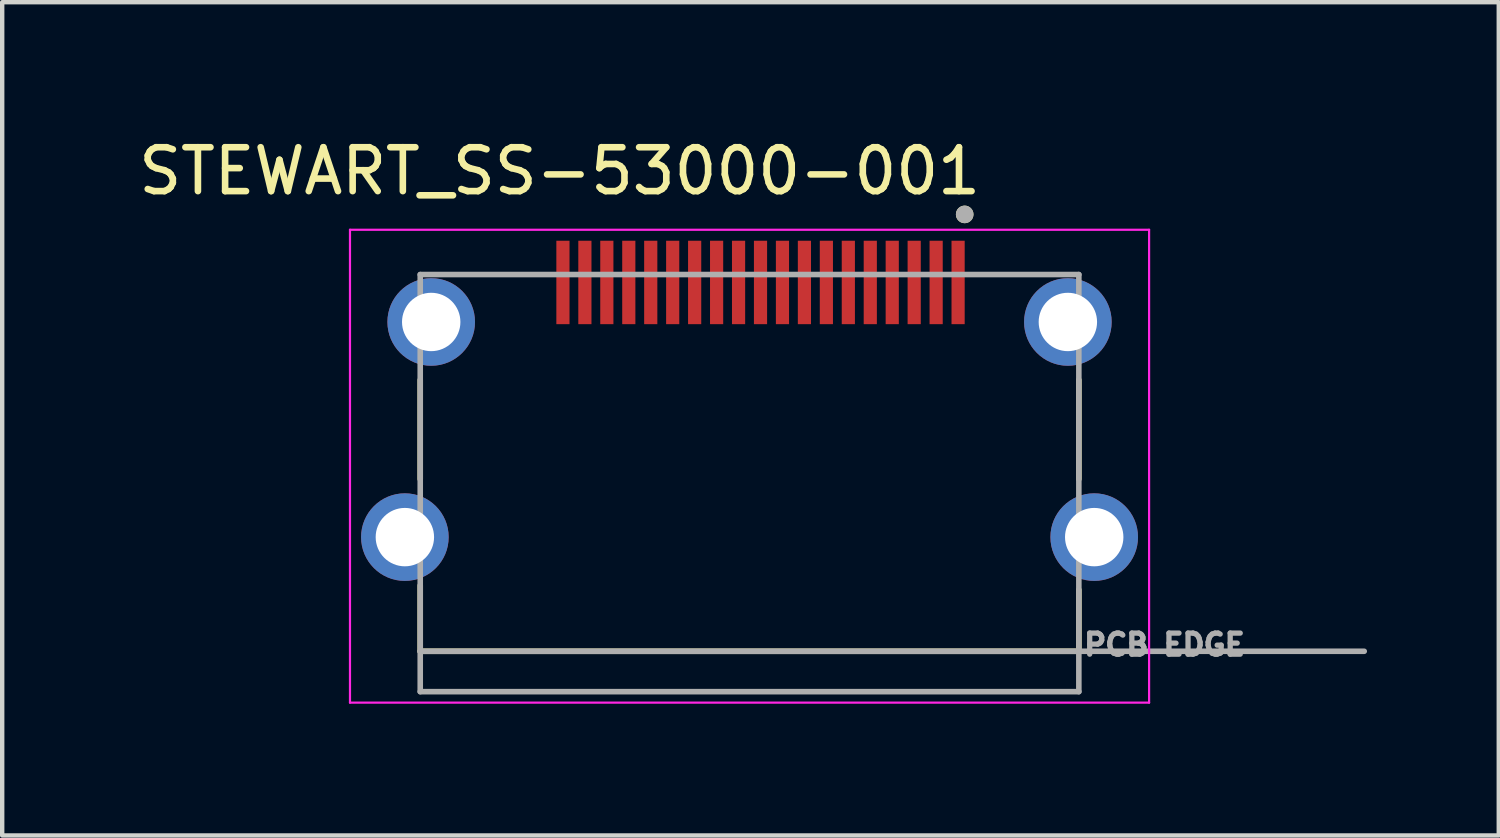
<source format=kicad_pcb>
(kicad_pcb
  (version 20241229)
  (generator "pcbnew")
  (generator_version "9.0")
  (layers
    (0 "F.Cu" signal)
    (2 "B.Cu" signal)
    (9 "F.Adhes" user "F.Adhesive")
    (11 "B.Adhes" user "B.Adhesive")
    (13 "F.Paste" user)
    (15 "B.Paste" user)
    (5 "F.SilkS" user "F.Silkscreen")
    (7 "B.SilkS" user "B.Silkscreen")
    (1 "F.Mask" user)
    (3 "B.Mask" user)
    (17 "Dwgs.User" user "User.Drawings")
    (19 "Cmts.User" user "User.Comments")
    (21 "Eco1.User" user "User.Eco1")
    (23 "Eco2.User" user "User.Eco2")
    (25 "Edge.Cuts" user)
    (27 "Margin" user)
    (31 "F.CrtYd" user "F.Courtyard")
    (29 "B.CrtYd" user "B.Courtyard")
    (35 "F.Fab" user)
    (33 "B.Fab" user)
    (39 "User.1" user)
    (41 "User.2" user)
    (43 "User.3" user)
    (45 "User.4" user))
  (footprint "STEWART_SS-53000-001"
    (layer "F.Cu")
    (at 14.021 3.383)
    (property "Reference" "STEWART_SS-53000-001" (at -4.325 -2.535 0) (layer "F.SilkS") (effects (font (size 1 1) (thickness 0.15))))
    (attr through_hole)
    (fp_line (start -7.5 2.22) (end -7.5 4.48) (stroke (width 0.127) (type solid)) (layer "F.SilkS"))
    (fp_line (start -7.5 6.9) (end -7.5 8.4) (stroke (width 0.127) (type solid)) (layer "F.SilkS"))
    (fp_line (start -7.5 8.4) (end 7.5 8.4) (stroke (width 0.127) (type solid)) (layer "F.SilkS"))
    (fp_line (start 7.5 2.22) (end 7.5 4.48) (stroke (width 0.127) (type solid)) (layer "F.SilkS"))
    (fp_line (start 7.5 8.4) (end 7.5 7) (stroke (width 0.127) (type solid)) (layer "F.SilkS"))
    (fp_circle (center 4.9 -1.55) (end 5 -1.55) (stroke (width 0.2) (type solid)) (fill no) (layer "F.SilkS"))
    (fp_line (start -9.1 -1.2) (end 9.1 -1.2) (stroke (width 0.05) (type solid)) (layer "F.CrtYd"))
    (fp_line (start -9.1 9.57) (end -9.1 -1.2) (stroke (width 0.05) (type solid)) (layer "F.CrtYd"))
    (fp_line (start 9.1 -1.2) (end 9.1 9.57) (stroke (width 0.05) (type solid)) (layer "F.CrtYd"))
    (fp_line (start 9.1 9.57) (end -9.1 9.57) (stroke (width 0.05) (type solid)) (layer "F.CrtYd"))
    (fp_line (start -7.5 -0.18) (end 7.5 -0.18) (stroke (width 0.127) (type solid)) (layer "F.Fab"))
    (fp_line (start -7.5 8.4) (end -7.5 -0.18) (stroke (width 0.127) (type solid)) (layer "F.Fab"))
    (fp_line (start -7.5 8.4) (end 14 8.4) (stroke (width 0.127) (type solid)) (layer "F.Fab"))
    (fp_line (start -7.5 9.32) (end -7.5 8.4) (stroke (width 0.127) (type solid)) (layer "F.Fab"))
    (fp_line (start 7.5 -0.18) (end 7.5 9.32) (stroke (width 0.127) (type solid)) (layer "F.Fab"))
    (fp_line (start 7.5 9.32) (end -7.5 9.32) (stroke (width 0.127) (type solid)) (layer "F.Fab"))
    (fp_circle (center 4.9 -1.55) (end 5 -1.55) (stroke (width 0.2) (type solid)) (fill no) (layer "F.Fab"))
    (fp_text user "PCB EDGE" (at 9.45 8.25 0) (layer "F.Fab") (effects (font (size 0.48 0.48) (thickness 0.15))))
    (pad "1" smd rect (at 4.75 0) (size 0.3 1.9) (layers "F.Cu" "F.Mask" "F.Paste"))
    (pad "2" smd rect (at 4.25 0) (size 0.3 1.9) (layers "F.Cu" "F.Mask" "F.Paste"))
    (pad "3" smd rect (at 3.75 0) (size 0.3 1.9) (layers "F.Cu" "F.Mask" "F.Paste"))
    (pad "4" smd rect (at 3.25 0) (size 0.3 1.9) (layers "F.Cu" "F.Mask" "F.Paste"))
    (pad "5" smd rect (at 2.75 0) (size 0.3 1.9) (layers "F.Cu" "F.Mask" "F.Paste"))
    (pad "6" smd rect (at 2.25 0) (size 0.3 1.9) (layers "F.Cu" "F.Mask" "F.Paste"))
    (pad "7" smd rect (at 1.75 0) (size 0.3 1.9) (layers "F.Cu" "F.Mask" "F.Paste"))
    (pad "8" smd rect (at 1.25 0) (size 0.3 1.9) (layers "F.Cu" "F.Mask" "F.Paste"))
    (pad "9" smd rect (at 0.75 0) (size 0.3 1.9) (layers "F.Cu" "F.Mask" "F.Paste"))
    (pad "10" smd rect (at 0.25 0) (size 0.3 1.9) (layers "F.Cu" "F.Mask" "F.Paste"))
    (pad "11" smd rect (at -0.25 0) (size 0.3 1.9) (layers "F.Cu" "F.Mask" "F.Paste"))
    (pad "12" smd rect (at -0.75 0) (size 0.3 1.9) (layers "F.Cu" "F.Mask" "F.Paste"))
    (pad "13" smd rect (at -1.25 0) (size 0.3 1.9) (layers "F.Cu" "F.Mask" "F.Paste"))
    (pad "14" smd rect (at -1.75 0) (size 0.3 1.9) (layers "F.Cu" "F.Mask" "F.Paste"))
    (pad "15" smd rect (at -2.25 0) (size 0.3 1.9) (layers "F.Cu" "F.Mask" "F.Paste"))
    (pad "16" smd rect (at -2.75 0) (size 0.3 1.9) (layers "F.Cu" "F.Mask" "F.Paste"))
    (pad "17" smd rect (at -3.25 0) (size 0.3 1.9) (layers "F.Cu" "F.Mask" "F.Paste"))
    (pad "18" smd rect (at -3.75 0) (size 0.3 1.9) (layers "F.Cu" "F.Mask" "F.Paste"))
    (pad "19" smd rect (at -4.25 0) (size 0.3 1.9) (layers "F.Cu" "F.Mask" "F.Paste"))
    (pad "S1" thru_hole circle (at 7.25 0.9) (size 1.995 1.995) (drill 1.33) (layers "*.Cu" "*.Mask"))
    (pad "S2" thru_hole circle (at -7.25 0.9) (size 1.995 1.995) (drill 1.33) (layers "*.Cu" "*.Mask"))
    (pad "S3" thru_hole circle (at -7.85 5.8) (size 1.995 1.995) (drill 1.33) (layers "*.Cu" "*.Mask"))
    (pad "S4" thru_hole circle (at 7.85 5.8) (size 1.995 1.995) (drill 1.33) (layers "*.Cu" "*.Mask")))
  (gr_rect
    (start -3 -3)
    (end 31.085 15.978)
    (stroke (width 0.1) (type default))
    (fill no)
    (layer "Edge.Cuts")))
</source>
